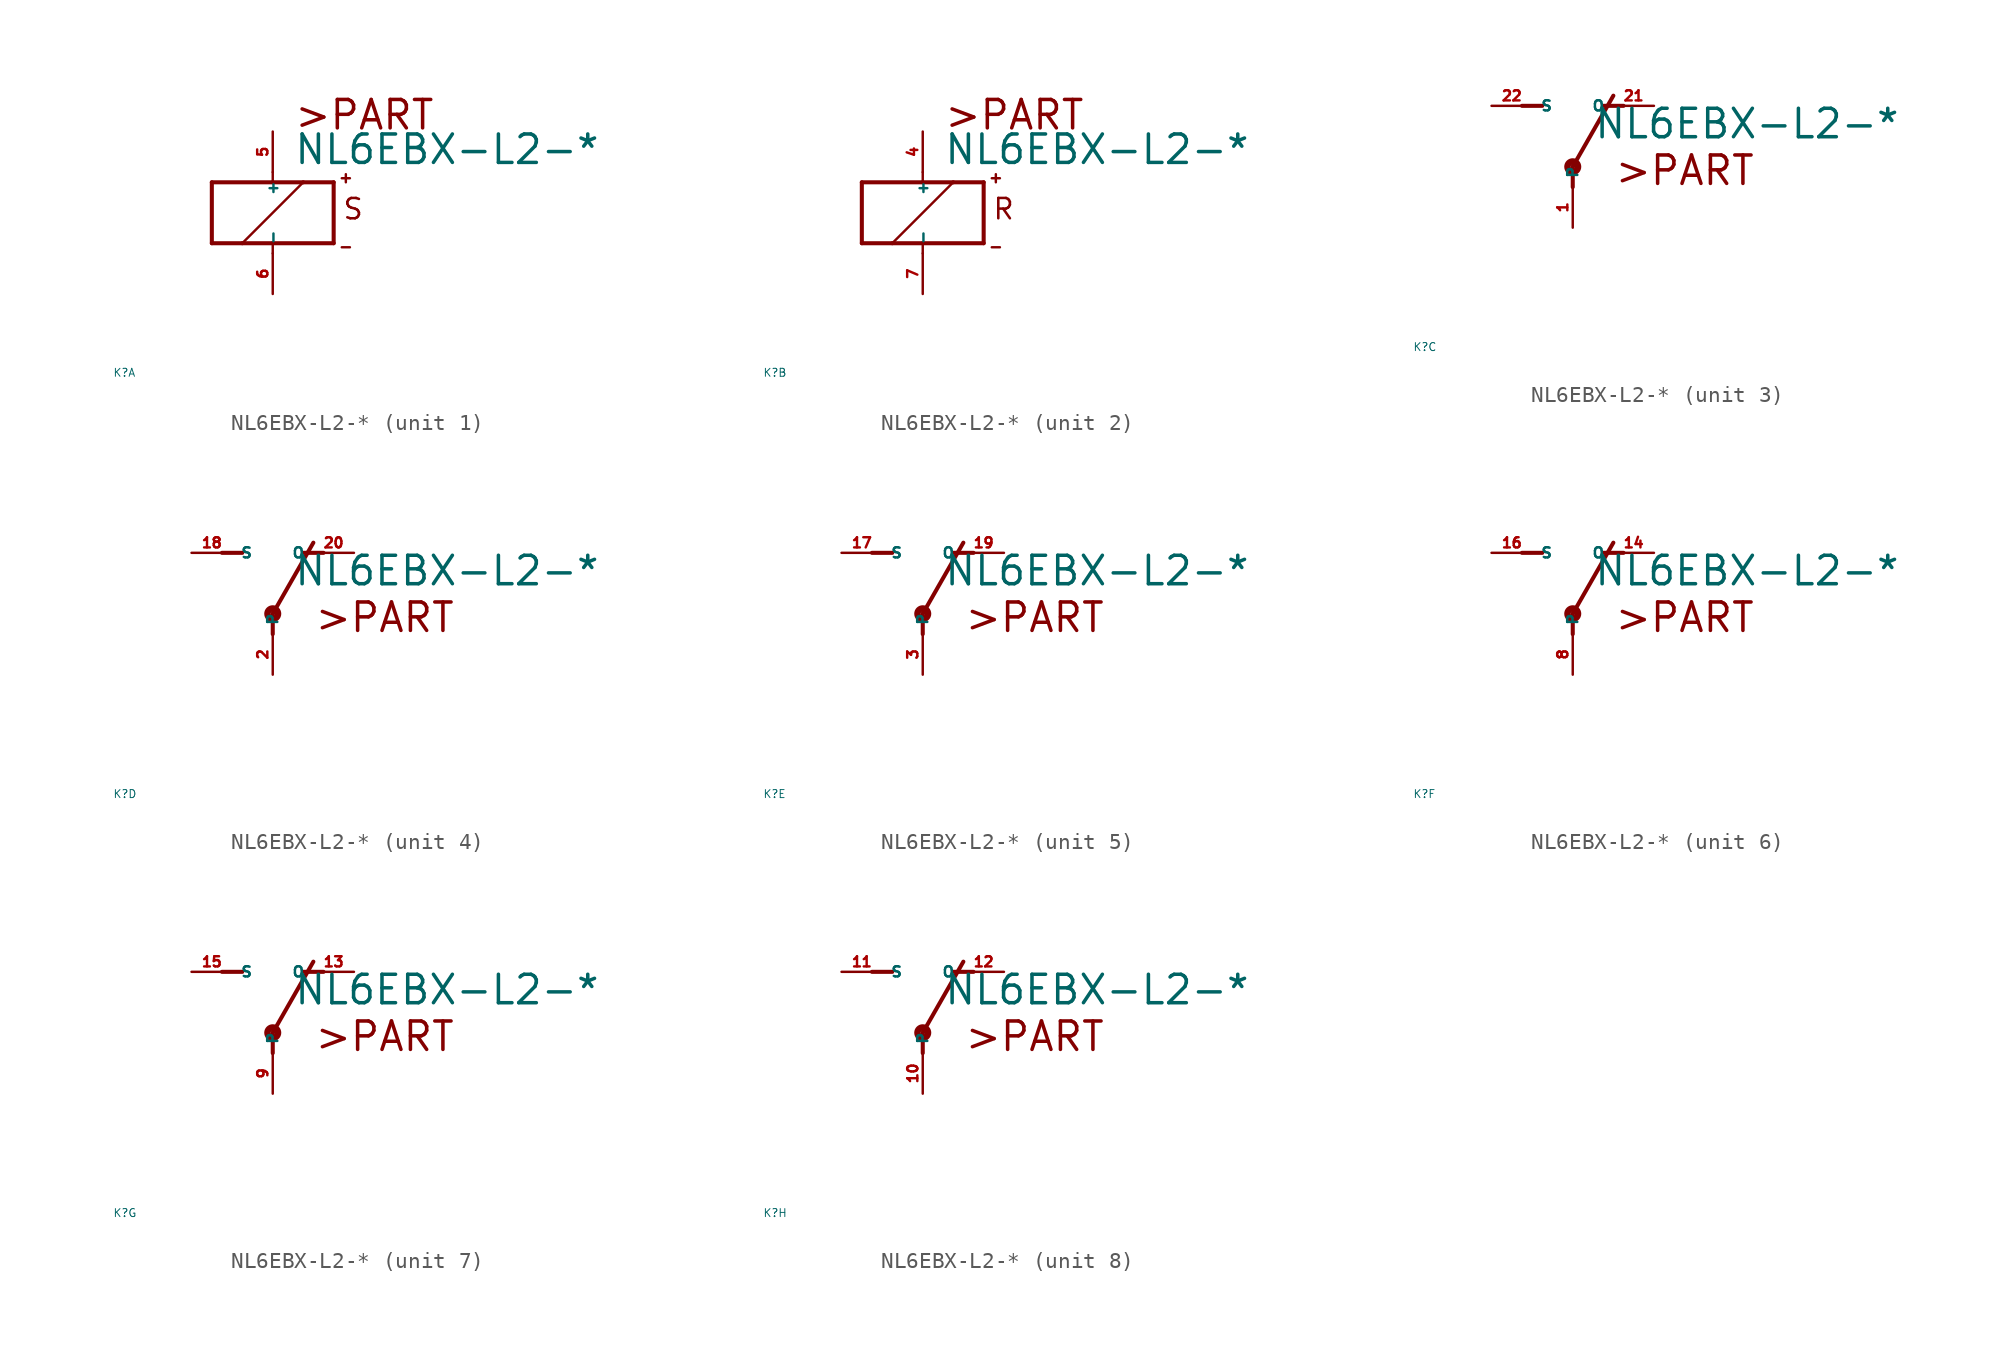
<source format=kicad_sym>
(kicad_symbol_lib
  (version 20220914)
  (generator Eagle2Kicad)
  (symbol "NL6EBX-L2-*"
    (property "Reference" "K"
      (at -10 -10 0)
      (effects (font (size 0.5 0.5) (thickness 0.06)) (justify left)))
    (property "Value" "NL6EBX-L2-*"
      (at 1.27 2.921 0)
      (effects (font (size 1.778 1.778) (thickness 0.22)) (justify left bottom)))
    (symbol "NL6EBX-L2-*_1_0"
      (polyline (pts (xy -3.81 -1.905) (xy -1.905 -1.905)) (stroke (width 0.254) (type default)) (fill (type none)))
      (polyline (pts (xy 3.81 -1.905) (xy 3.81 1.905)) (stroke (width 0.254) (type default)) (fill (type none)))
      (polyline (pts (xy 3.81 1.905) (xy 1.905 1.905)) (stroke (width 0.254) (type default)) (fill (type none)))
      (polyline (pts (xy -3.81 1.905) (xy -3.81 -1.905)) (stroke (width 0.254) (type default)) (fill (type none)))
      (polyline (pts (xy 0 -2.54) (xy 0 -1.905)) (stroke (width 0.152) (type default)) (fill (type none)))
      (polyline (pts (xy 0 -1.905) (xy 3.81 -1.905)) (stroke (width 0.254) (type default)) (fill (type none)))
      (polyline (pts (xy 0 2.54) (xy 0 1.905)) (stroke (width 0.152) (type default)) (fill (type none)))
      (polyline (pts (xy 0 1.905) (xy -3.81 1.905)) (stroke (width 0.254) (type default)) (fill (type none)))
      (polyline (pts (xy -1.905 -1.905) (xy 1.905 1.905)) (stroke (width 0.152) (type default)) (fill (type none)))
      (polyline (pts (xy -1.905 -1.905) (xy 0 -1.905)) (stroke (width 0.254) (type default)) (fill (type none)))
      (polyline (pts (xy 1.905 1.905) (xy 0 1.905)) (stroke (width 0.254) (type default)) (fill (type none)))
      (polyline (pts (xy 4.318 2.159) (xy 4.826 2.159)) (stroke (width 0.152) (type default)) (fill (type none)))
      (polyline (pts (xy 4.572 2.413) (xy 4.572 1.905)) (stroke (width 0.152) (type default)) (fill (type none)))
      (polyline (pts (xy 4.318 -2.159) (xy 4.826 -2.159)) (stroke (width 0.152) (type default)) (fill (type none)))
      (text ">PART" (at 1.27 5.08 0) (effects (font (size 1.778 1.778) (thickness 0.22)) (justify left bottom)))
      (text "S" (at 4.318 -0.508 0) (effects (font (size 1.27 1.27) (thickness 0.16)) (justify left bottom)))
      (pin passive line (at 0 -5.08 90) (length 2.54) (name "-" (effects (font (size 0.635 0.635) (thickness 0.08)) (justify left bottom))) (number "6" (effects (font (size 0.635 0.635) (thickness 0.08)) (justify left bottom))))
      (pin passive line (at 0 5.08 270) (length 2.54) (name "+" (effects (font (size 0.635 0.635) (thickness 0.08)) (justify left bottom))) (number "5" (effects (font (size 0.635 0.635) (thickness 0.08)) (justify left bottom)))))
    (symbol "NL6EBX-L2-*_2_0"
      (polyline (pts (xy -3.81 -1.905) (xy -1.905 -1.905)) (stroke (width 0.254) (type default)) (fill (type none)))
      (polyline (pts (xy 3.81 -1.905) (xy 3.81 1.905)) (stroke (width 0.254) (type default)) (fill (type none)))
      (polyline (pts (xy 3.81 1.905) (xy 1.905 1.905)) (stroke (width 0.254) (type default)) (fill (type none)))
      (polyline (pts (xy -3.81 1.905) (xy -3.81 -1.905)) (stroke (width 0.254) (type default)) (fill (type none)))
      (polyline (pts (xy 0 -2.54) (xy 0 -1.905)) (stroke (width 0.152) (type default)) (fill (type none)))
      (polyline (pts (xy 0 -1.905) (xy 3.81 -1.905)) (stroke (width 0.254) (type default)) (fill (type none)))
      (polyline (pts (xy 0 2.54) (xy 0 1.905)) (stroke (width 0.152) (type default)) (fill (type none)))
      (polyline (pts (xy 0 1.905) (xy -3.81 1.905)) (stroke (width 0.254) (type default)) (fill (type none)))
      (polyline (pts (xy -1.905 -1.905) (xy 1.905 1.905)) (stroke (width 0.152) (type default)) (fill (type none)))
      (polyline (pts (xy -1.905 -1.905) (xy 0 -1.905)) (stroke (width 0.254) (type default)) (fill (type none)))
      (polyline (pts (xy 1.905 1.905) (xy 0 1.905)) (stroke (width 0.254) (type default)) (fill (type none)))
      (polyline (pts (xy 4.318 2.159) (xy 4.826 2.159)) (stroke (width 0.152) (type default)) (fill (type none)))
      (polyline (pts (xy 4.572 2.413) (xy 4.572 1.905)) (stroke (width 0.152) (type default)) (fill (type none)))
      (polyline (pts (xy 4.318 -2.159) (xy 4.826 -2.159)) (stroke (width 0.152) (type default)) (fill (type none)))
      (text ">PART" (at 1.27 5.08 0) (effects (font (size 1.778 1.778) (thickness 0.22)) (justify left bottom)))
      (text "R" (at 4.318 -0.508 0) (effects (font (size 1.27 1.27) (thickness 0.16)) (justify left bottom)))
      (pin passive line (at 0 -5.08 90) (length 2.54) (name "-" (effects (font (size 0.635 0.635) (thickness 0.08)) (justify left bottom))) (number "7" (effects (font (size 0.635 0.635) (thickness 0.08)) (justify left bottom))))
      (pin passive line (at 0 5.08 270) (length 2.54) (name "+" (effects (font (size 0.635 0.635) (thickness 0.08)) (justify left bottom))) (number "4" (effects (font (size 0.635 0.635) (thickness 0.08)) (justify left bottom)))))
    (symbol "NL6EBX-L2-*_3_0"
      (polyline (pts (xy 3.175 5.08) (xy 1.905 5.08)) (stroke (width 0.254) (type default)) (fill (type none)))
      (polyline (pts (xy -3.175 5.08) (xy -1.905 5.08)) (stroke (width 0.254) (type default)) (fill (type none)))
      (polyline (pts (xy 0 1.27) (xy 2.54 5.715)) (stroke (width 0.254) (type default)) (fill (type none)))
      (polyline (pts (xy 0 1.27) (xy 0 0)) (stroke (width 0.254) (type default)) (fill (type none)))
      (text ">PART" (at 2.54 0 0) (effects (font (size 1.778 1.778) (thickness 0.22)) (justify left bottom)))
      (circle (center 0 1.27) (radius 0.127) (stroke (width 0.406) (type default)) (fill (type none)))
      (pin passive line (at 5.08 5.08 180) (length 2.54) (name "O" (effects (font (size 0.635 0.635) (thickness 0.08)) (justify left bottom))) (number "21" (effects (font (size 0.635 0.635) (thickness 0.08)) (justify left bottom))))
      (pin passive line (at -5.08 5.08 0) (length 2.54) (name "S" (effects (font (size 0.635 0.635) (thickness 0.08)) (justify left bottom))) (number "22" (effects (font (size 0.635 0.635) (thickness 0.08)) (justify left bottom))))
      (pin passive line (at 0 -2.54 90) (length 2.54) (name "P" (effects (font (size 0.635 0.635) (thickness 0.08)) (justify left bottom))) (number "1" (effects (font (size 0.635 0.635) (thickness 0.08)) (justify left bottom)))))
    (symbol "NL6EBX-L2-*_4_0"
      (polyline (pts (xy 3.175 5.08) (xy 1.905 5.08)) (stroke (width 0.254) (type default)) (fill (type none)))
      (polyline (pts (xy -3.175 5.08) (xy -1.905 5.08)) (stroke (width 0.254) (type default)) (fill (type none)))
      (polyline (pts (xy 0 1.27) (xy 2.54 5.715)) (stroke (width 0.254) (type default)) (fill (type none)))
      (polyline (pts (xy 0 1.27) (xy 0 0)) (stroke (width 0.254) (type default)) (fill (type none)))
      (text ">PART" (at 2.54 0 0) (effects (font (size 1.778 1.778) (thickness 0.22)) (justify left bottom)))
      (circle (center 0 1.27) (radius 0.127) (stroke (width 0.406) (type default)) (fill (type none)))
      (pin passive line (at 5.08 5.08 180) (length 2.54) (name "O" (effects (font (size 0.635 0.635) (thickness 0.08)) (justify left bottom))) (number "20" (effects (font (size 0.635 0.635) (thickness 0.08)) (justify left bottom))))
      (pin passive line (at -5.08 5.08 0) (length 2.54) (name "S" (effects (font (size 0.635 0.635) (thickness 0.08)) (justify left bottom))) (number "18" (effects (font (size 0.635 0.635) (thickness 0.08)) (justify left bottom))))
      (pin passive line (at 0 -2.54 90) (length 2.54) (name "P" (effects (font (size 0.635 0.635) (thickness 0.08)) (justify left bottom))) (number "2" (effects (font (size 0.635 0.635) (thickness 0.08)) (justify left bottom)))))
    (symbol "NL6EBX-L2-*_5_0"
      (polyline (pts (xy 3.175 5.08) (xy 1.905 5.08)) (stroke (width 0.254) (type default)) (fill (type none)))
      (polyline (pts (xy -3.175 5.08) (xy -1.905 5.08)) (stroke (width 0.254) (type default)) (fill (type none)))
      (polyline (pts (xy 0 1.27) (xy 2.54 5.715)) (stroke (width 0.254) (type default)) (fill (type none)))
      (polyline (pts (xy 0 1.27) (xy 0 0)) (stroke (width 0.254) (type default)) (fill (type none)))
      (text ">PART" (at 2.54 0 0) (effects (font (size 1.778 1.778) (thickness 0.22)) (justify left bottom)))
      (circle (center 0 1.27) (radius 0.127) (stroke (width 0.406) (type default)) (fill (type none)))
      (pin passive line (at 5.08 5.08 180) (length 2.54) (name "O" (effects (font (size 0.635 0.635) (thickness 0.08)) (justify left bottom))) (number "19" (effects (font (size 0.635 0.635) (thickness 0.08)) (justify left bottom))))
      (pin passive line (at -5.08 5.08 0) (length 2.54) (name "S" (effects (font (size 0.635 0.635) (thickness 0.08)) (justify left bottom))) (number "17" (effects (font (size 0.635 0.635) (thickness 0.08)) (justify left bottom))))
      (pin passive line (at 0 -2.54 90) (length 2.54) (name "P" (effects (font (size 0.635 0.635) (thickness 0.08)) (justify left bottom))) (number "3" (effects (font (size 0.635 0.635) (thickness 0.08)) (justify left bottom)))))
    (symbol "NL6EBX-L2-*_6_0"
      (polyline (pts (xy 3.175 5.08) (xy 1.905 5.08)) (stroke (width 0.254) (type default)) (fill (type none)))
      (polyline (pts (xy -3.175 5.08) (xy -1.905 5.08)) (stroke (width 0.254) (type default)) (fill (type none)))
      (polyline (pts (xy 0 1.27) (xy 2.54 5.715)) (stroke (width 0.254) (type default)) (fill (type none)))
      (polyline (pts (xy 0 1.27) (xy 0 0)) (stroke (width 0.254) (type default)) (fill (type none)))
      (text ">PART" (at 2.54 0 0) (effects (font (size 1.778 1.778) (thickness 0.22)) (justify left bottom)))
      (circle (center 0 1.27) (radius 0.127) (stroke (width 0.406) (type default)) (fill (type none)))
      (pin passive line (at 5.08 5.08 180) (length 2.54) (name "O" (effects (font (size 0.635 0.635) (thickness 0.08)) (justify left bottom))) (number "14" (effects (font (size 0.635 0.635) (thickness 0.08)) (justify left bottom))))
      (pin passive line (at -5.08 5.08 0) (length 2.54) (name "S" (effects (font (size 0.635 0.635) (thickness 0.08)) (justify left bottom))) (number "16" (effects (font (size 0.635 0.635) (thickness 0.08)) (justify left bottom))))
      (pin passive line (at 0 -2.54 90) (length 2.54) (name "P" (effects (font (size 0.635 0.635) (thickness 0.08)) (justify left bottom))) (number "8" (effects (font (size 0.635 0.635) (thickness 0.08)) (justify left bottom)))))
    (symbol "NL6EBX-L2-*_7_0"
      (polyline (pts (xy 3.175 5.08) (xy 1.905 5.08)) (stroke (width 0.254) (type default)) (fill (type none)))
      (polyline (pts (xy -3.175 5.08) (xy -1.905 5.08)) (stroke (width 0.254) (type default)) (fill (type none)))
      (polyline (pts (xy 0 1.27) (xy 2.54 5.715)) (stroke (width 0.254) (type default)) (fill (type none)))
      (polyline (pts (xy 0 1.27) (xy 0 0)) (stroke (width 0.254) (type default)) (fill (type none)))
      (text ">PART" (at 2.54 0 0) (effects (font (size 1.778 1.778) (thickness 0.22)) (justify left bottom)))
      (circle (center 0 1.27) (radius 0.127) (stroke (width 0.406) (type default)) (fill (type none)))
      (pin passive line (at 5.08 5.08 180) (length 2.54) (name "O" (effects (font (size 0.635 0.635) (thickness 0.08)) (justify left bottom))) (number "13" (effects (font (size 0.635 0.635) (thickness 0.08)) (justify left bottom))))
      (pin passive line (at -5.08 5.08 0) (length 2.54) (name "S" (effects (font (size 0.635 0.635) (thickness 0.08)) (justify left bottom))) (number "15" (effects (font (size 0.635 0.635) (thickness 0.08)) (justify left bottom))))
      (pin passive line (at 0 -2.54 90) (length 2.54) (name "P" (effects (font (size 0.635 0.635) (thickness 0.08)) (justify left bottom))) (number "9" (effects (font (size 0.635 0.635) (thickness 0.08)) (justify left bottom)))))
    (symbol "NL6EBX-L2-*_8_0"
      (polyline (pts (xy 3.175 5.08) (xy 1.905 5.08)) (stroke (width 0.254) (type default)) (fill (type none)))
      (polyline (pts (xy -3.175 5.08) (xy -1.905 5.08)) (stroke (width 0.254) (type default)) (fill (type none)))
      (polyline (pts (xy 0 1.27) (xy 2.54 5.715)) (stroke (width 0.254) (type default)) (fill (type none)))
      (polyline (pts (xy 0 1.27) (xy 0 0)) (stroke (width 0.254) (type default)) (fill (type none)))
      (text ">PART" (at 2.54 0 0) (effects (font (size 1.778 1.778) (thickness 0.22)) (justify left bottom)))
      (circle (center 0 1.27) (radius 0.127) (stroke (width 0.406) (type default)) (fill (type none)))
      (pin passive line (at 5.08 5.08 180) (length 2.54) (name "O" (effects (font (size 0.635 0.635) (thickness 0.08)) (justify left bottom))) (number "12" (effects (font (size 0.635 0.635) (thickness 0.08)) (justify left bottom))))
      (pin passive line (at -5.08 5.08 0) (length 2.54) (name "S" (effects (font (size 0.635 0.635) (thickness 0.08)) (justify left bottom))) (number "11" (effects (font (size 0.635 0.635) (thickness 0.08)) (justify left bottom))))
      (pin passive line (at 0 -2.54 90) (length 2.54) (name "P" (effects (font (size 0.635 0.635) (thickness 0.08)) (justify left bottom))) (number "10" (effects (font (size 0.635 0.635) (thickness 0.08)) (justify left bottom)))))))
</source>
